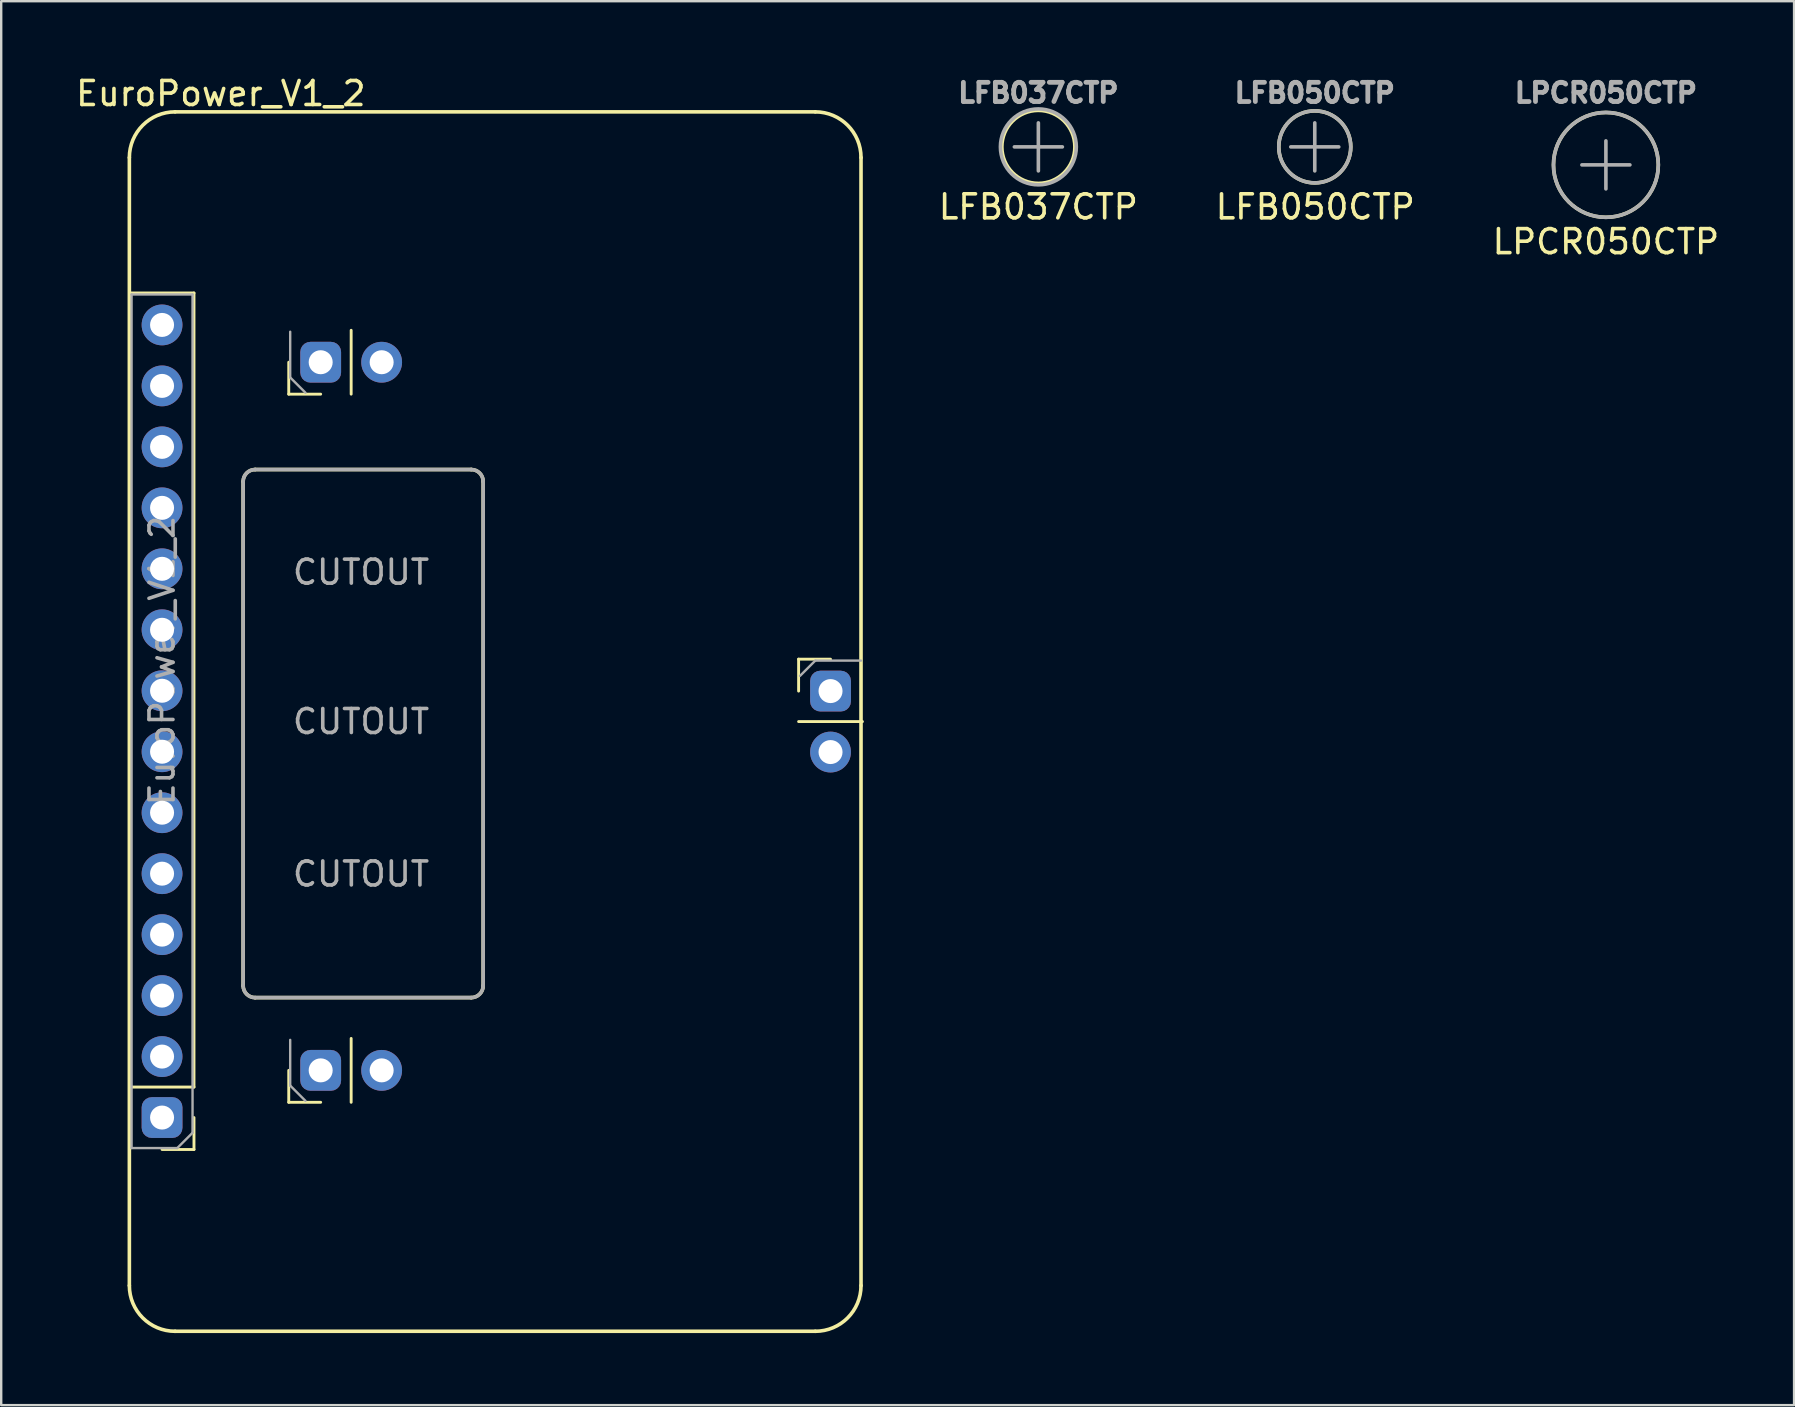
<source format=kicad_pcb>
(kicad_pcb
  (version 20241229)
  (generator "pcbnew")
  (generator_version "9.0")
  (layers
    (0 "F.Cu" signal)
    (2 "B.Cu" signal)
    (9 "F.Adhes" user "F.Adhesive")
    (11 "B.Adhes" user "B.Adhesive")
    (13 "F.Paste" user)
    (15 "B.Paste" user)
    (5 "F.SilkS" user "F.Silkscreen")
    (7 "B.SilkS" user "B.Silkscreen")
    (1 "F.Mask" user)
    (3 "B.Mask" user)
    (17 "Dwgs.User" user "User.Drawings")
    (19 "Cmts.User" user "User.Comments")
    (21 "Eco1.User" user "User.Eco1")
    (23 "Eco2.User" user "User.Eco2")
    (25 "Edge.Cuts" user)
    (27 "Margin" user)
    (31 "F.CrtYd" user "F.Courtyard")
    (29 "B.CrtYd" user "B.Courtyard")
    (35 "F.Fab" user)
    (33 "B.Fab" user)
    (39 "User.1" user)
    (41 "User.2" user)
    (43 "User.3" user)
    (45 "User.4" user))
  (footprint "LFB050CTP"
    (layer "F.Cu")
    (at 51.722 3.069)
    (property "Reference" "LFB050CTP" (at 0.02 2.5 0) (layer "F.SilkS") (effects (font (size 1 1) (thickness 0.15))))
    (attr exclude_from_pos_files exclude_from_bom)
    (fp_circle (center 0 0) (end 1.5 0) (stroke (width 0.15) (type solid)) (fill no) (layer "F.SilkS"))
    (fp_line (start -1 0) (end 1 0) (stroke (width 0.15) (type solid)) (layer "F.Fab"))
    (fp_line (start 0 -1) (end 0 1) (stroke (width 0.15) (type solid)) (layer "F.Fab"))
    (fp_circle (center 0 0) (end 1.5 0) (stroke (width 0.15) (type solid)) (fill no) (layer "F.Fab"))
    (fp_text user "${REFERENCE}" (at 0 -2.25 0) (layer "F.Fab") (effects (font (size 0.8 0.8) (thickness 0.2)))))
  (footprint "LFB037CTP"
    (layer "F.Cu")
    (at 40.207 3.069)
    (property "Reference" "LFB037CTP" (at 0 2.5 0) (layer "F.SilkS") (effects (font (size 1 1) (thickness 0.15))))
    (attr through_hole)
    (fp_circle (center 0 0) (end 1.5 -0.25) (stroke (width 0.15) (type solid)) (fill no) (layer "F.SilkS"))
    (fp_line (start -1 0) (end 1 0) (stroke (width 0.15) (type solid)) (layer "F.Fab"))
    (fp_line (start 0 -1) (end 0 1) (stroke (width 0.15) (type solid)) (layer "F.Fab"))
    (fp_circle (center 0 0) (end 1.5 -0.5) (stroke (width 0.15) (type solid)) (fill no) (layer "F.Fab"))
    (fp_text user "${REFERENCE}" (at 0 -2.25 0) (layer "F.Fab") (effects (font (size 0.8 0.8) (thickness 0.2)))))
  (footprint "LPCR050CTP"
    (layer "F.Cu")
    (at 63.85 3.819)
    (property "Reference" "LPCR050CTP" (at 0 3.2 0) (layer "F.SilkS") (effects (font (size 1 1) (thickness 0.15))))
    (attr exclude_from_pos_files exclude_from_bom)
    (fp_circle (center 0 0) (end 2.184 0) (stroke (width 0.15) (type solid)) (fill no) (layer "F.SilkS"))
    (fp_line (start -1 0) (end 1 0) (stroke (width 0.15) (type solid)) (layer "F.Fab"))
    (fp_line (start 0 -1) (end 0 1) (stroke (width 0.15) (type solid)) (layer "F.Fab"))
    (fp_circle (center 0 0) (end 2.184 0) (stroke (width 0.15) (type solid)) (fill no) (layer "F.Fab"))
    (fp_text user "${REFERENCE}" (at 0 -3 0) (layer "F.Fab") (effects (font (size 0.8 0.8) (thickness 0.2)))))
  (footprint "EuroPower_V1_2"
    (layer "F.Cu")
    (at 17.579 27.01)
    (property "Reference" "EuroPower_V1_2" (at -11.43 -26.162 0) (layer "F.SilkS") (effects (font (size 1 1) (thickness 0.15))))
    (attr through_hole)
    (fp_line (start -15.24 23.495) (end -15.24 -23.495) (stroke (width 0.15) (type solid)) (layer "F.SilkS"))
    (fp_line (start -15.208 15.226) (end -15.208 -17.854) (stroke (width 0.12) (type solid)) (layer "F.SilkS"))
    (fp_line (start -13.335 -25.4) (end 13.335 -25.4) (stroke (width 0.15) (type solid)) (layer "F.SilkS"))
    (fp_line (start -12.548 -17.854) (end -15.208 -17.854) (stroke (width 0.12) (type solid)) (layer "F.SilkS"))
    (fp_line (start -12.548 15.226) (end -15.208 15.226) (stroke (width 0.12) (type solid)) (layer "F.SilkS"))
    (fp_line (start -12.548 15.226) (end -12.548 -17.854) (stroke (width 0.12) (type solid)) (layer "F.SilkS"))
    (fp_line (start -12.548 16.496) (end -12.548 17.826) (stroke (width 0.12) (type solid)) (layer "F.SilkS"))
    (fp_line (start -12.548 17.826) (end -13.878 17.826) (stroke (width 0.12) (type solid)) (layer "F.SilkS"))
    (fp_line (start -10.5 11) (end -10.5 -10) (stroke (width 0.15) (type solid)) (layer "F.SilkS"))
    (fp_line (start -10 -10.5) (end -1 -10.5) (stroke (width 0.15) (type solid)) (layer "F.SilkS"))
    (fp_line (start -8.6 -13.64) (end -8.6 -14.97) (stroke (width 0.12) (type solid)) (layer "F.SilkS"))
    (fp_line (start -8.6 15.86) (end -8.6 14.53) (stroke (width 0.12) (type solid)) (layer "F.SilkS"))
    (fp_line (start -7.27 -13.64) (end -8.6 -13.64) (stroke (width 0.12) (type solid)) (layer "F.SilkS"))
    (fp_line (start -7.27 15.86) (end -8.6 15.86) (stroke (width 0.12) (type solid)) (layer "F.SilkS"))
    (fp_line (start -6 -13.64) (end -6 -16.3) (stroke (width 0.12) (type solid)) (layer "F.SilkS"))
    (fp_line (start -6 15.86) (end -6 13.2) (stroke (width 0.12) (type solid)) (layer "F.SilkS"))
    (fp_line (start -1 11.5) (end -10 11.5) (stroke (width 0.15) (type solid)) (layer "F.SilkS"))
    (fp_line (start -0.5 -10) (end -0.5 11) (stroke (width 0.15) (type solid)) (layer "F.SilkS"))
    (fp_line (start 12.64 -2.6) (end 13.97 -2.6) (stroke (width 0.12) (type solid)) (layer "F.SilkS"))
    (fp_line (start 12.64 -1.27) (end 12.64 -2.6) (stroke (width 0.12) (type solid)) (layer "F.SilkS"))
    (fp_line (start 12.64 0) (end 15.3 0) (stroke (width 0.12) (type solid)) (layer "F.SilkS"))
    (fp_line (start 13.335 25.4) (end -13.335 25.4) (stroke (width 0.15) (type solid)) (layer "F.SilkS"))
    (fp_line (start 15.24 -23.495) (end 15.24 23.495) (stroke (width 0.15) (type solid)) (layer "F.SilkS"))
    (fp_arc (start -15.24 -23.495) (mid -14.682038 -24.842038) (end -13.335 -25.4) (stroke (width 0.15) (type solid)) (layer "F.SilkS"))
    (fp_arc (start -13.335 25.4) (mid -14.682038 24.842038) (end -15.24 23.495) (stroke (width 0.15) (type solid)) (layer "F.SilkS"))
    (fp_arc (start -10.5 -10) (mid -10.353553 -10.353553) (end -10 -10.5) (stroke (width 0.15) (type solid)) (layer "F.SilkS"))
    (fp_arc (start -10 11.5) (mid -10.353553 11.353553) (end -10.5 11) (stroke (width 0.15) (type solid)) (layer "F.SilkS"))
    (fp_arc (start -1 -10.5) (mid -0.646447 -10.353553) (end -0.5 -10) (stroke (width 0.15) (type solid)) (layer "F.SilkS"))
    (fp_arc (start -0.5 11) (mid -0.646447 11.353553) (end -1 11.5) (stroke (width 0.15) (type solid)) (layer "F.SilkS"))
    (fp_arc (start 13.335 -25.4) (mid 14.682038 -24.842038) (end 15.24 -23.495) (stroke (width 0.15) (type solid)) (layer "F.SilkS"))
    (fp_arc (start 15.24 23.495) (mid 14.682038 24.842038) (end 13.335 25.4) (stroke (width 0.15) (type solid)) (layer "F.SilkS"))
    (fp_line (start -15.148 -17.794) (end -12.608 -17.794) (stroke (width 0.1) (type solid)) (layer "F.Fab"))
    (fp_line (start -15.148 17.766) (end -15.148 -17.794) (stroke (width 0.1) (type solid)) (layer "F.Fab"))
    (fp_line (start -13.243 17.766) (end -15.148 17.766) (stroke (width 0.1) (type solid)) (layer "F.Fab"))
    (fp_line (start -12.608 -17.794) (end -12.608 17.131) (stroke (width 0.1) (type solid)) (layer "F.Fab"))
    (fp_line (start -12.608 17.131) (end -13.243 17.766) (stroke (width 0.1) (type solid)) (layer "F.Fab"))
    (fp_line (start -10.5 -10) (end -10.5 11) (stroke (width 0.15) (type solid)) (layer "F.Fab"))
    (fp_line (start -10 11.5) (end -1 11.5) (stroke (width 0.15) (type solid)) (layer "F.Fab"))
    (fp_line (start -8.54 -14.335) (end -8.54 -16.24) (stroke (width 0.1) (type solid)) (layer "F.Fab"))
    (fp_line (start -8.54 15.165) (end -8.54 13.26) (stroke (width 0.1) (type solid)) (layer "F.Fab"))
    (fp_line (start -7.905 -13.7) (end -8.54 -14.335) (stroke (width 0.1) (type solid)) (layer "F.Fab"))
    (fp_line (start -7.905 15.8) (end -8.54 15.165) (stroke (width 0.1) (type solid)) (layer "F.Fab"))
    (fp_line (start -1 -10.5) (end -10 -10.5) (stroke (width 0.15) (type solid)) (layer "F.Fab"))
    (fp_line (start -0.5 11) (end -0.5 -10) (stroke (width 0.15) (type solid)) (layer "F.Fab"))
    (fp_line (start 12.7 -1.905) (end 13.335 -2.54) (stroke (width 0.1) (type solid)) (layer "F.Fab"))
    (fp_line (start 13.335 -2.54) (end 15.24 -2.54) (stroke (width 0.1) (type solid)) (layer "F.Fab"))
    (fp_arc (start -10.5 -10) (mid -10.353553 -10.353553) (end -10 -10.5) (stroke (width 0.15) (type solid)) (layer "F.Fab"))
    (fp_arc (start -10 11.5) (mid -10.353553 11.353553) (end -10.5 11) (stroke (width 0.15) (type solid)) (layer "F.Fab"))
    (fp_arc (start -1 -10.5) (mid -0.646447 -10.353553) (end -0.5 -10) (stroke (width 0.15) (type solid)) (layer "F.Fab"))
    (fp_arc (start -0.5 11) (mid -0.646447 11.353553) (end -1 11.5) (stroke (width 0.15) (type solid)) (layer "F.Fab"))
    (fp_text user "CUTOUT" (at -5.588 -6.223 0) (layer "F.Fab") (effects (font (size 1 1) (thickness 0.15))))
    (fp_text user "CUTOUT" (at -5.588 0 0) (layer "F.Fab") (effects (font (size 1 1) (thickness 0.15))))
    (fp_text user "${REFERENCE}" (at -13.878 -2.54 270) (layer "F.Fab") (effects (font (size 1 1) (thickness 0.15))))
    (fp_text user "CUTOUT" (at -5.588 6.35 0) (layer "F.Fab") (effects (font (size 1 1) (thickness 0.15))))
    (pad "1" thru_hole roundrect (at -13.878 16.496 180) (size 1.7 1.7) (drill 1) (layers "*.Cu" "*.Mask") (roundrect_rratio 0.25))
    (pad "2" thru_hole oval (at -13.878 13.956 180) (size 1.7 1.7) (drill 1) (layers "*.Cu" "*.Mask"))
    (pad "2" thru_hole roundrect (at -7.27 -14.97 90) (size 1.7 1.7) (drill 1) (layers "*.Cu" "*.Mask") (roundrect_rratio 0.25))
    (pad "2" thru_hole roundrect (at -7.27 14.53 90) (size 1.7 1.7) (drill 1) (layers "*.Cu" "*.Mask") (roundrect_rratio 0.25))
    (pad "2" thru_hole oval (at -4.73 -14.97 90) (size 1.7 1.7) (drill 1) (layers "*.Cu" "*.Mask"))
    (pad "2" thru_hole oval (at -4.73 14.53 90) (size 1.7 1.7) (drill 1) (layers "*.Cu" "*.Mask"))
    (pad "2" thru_hole roundrect (at 13.97 -1.27) (size 1.7 1.7) (drill 1) (layers "*.Cu" "*.Mask") (roundrect_rratio 0.25))
    (pad "2" thru_hole oval (at 13.97 1.27) (size 1.7 1.7) (drill 1) (layers "*.Cu" "*.Mask"))
    (pad "3" thru_hole oval (at -13.878 11.416 180) (size 1.7 1.7) (drill 1) (layers "*.Cu" "*.Mask"))
    (pad "4" thru_hole oval (at -13.878 8.876 180) (size 1.7 1.7) (drill 1) (layers "*.Cu" "*.Mask"))
    (pad "5" thru_hole oval (at -13.878 6.336 180) (size 1.7 1.7) (drill 1) (layers "*.Cu" "*.Mask"))
    (pad "6" thru_hole oval (at -13.878 3.796 180) (size 1.7 1.7) (drill 1) (layers "*.Cu" "*.Mask"))
    (pad "7" thru_hole oval (at -13.878 1.256 180) (size 1.7 1.7) (drill 1) (layers "*.Cu" "*.Mask"))
    (pad "8" thru_hole oval (at -13.878 -1.284 180) (size 1.7 1.7) (drill 1) (layers "*.Cu" "*.Mask"))
    (pad "9" thru_hole oval (at -13.878 -3.824 180) (size 1.7 1.7) (drill 1) (layers "*.Cu" "*.Mask"))
    (pad "10" thru_hole oval (at -13.878 -6.364 180) (size 1.7 1.7) (drill 1) (layers "*.Cu" "*.Mask"))
    (pad "11" thru_hole oval (at -13.878 -8.904 180) (size 1.7 1.7) (drill 1) (layers "*.Cu" "*.Mask"))
    (pad "12" thru_hole oval (at -13.878 -11.444 180) (size 1.7 1.7) (drill 1) (layers "*.Cu" "*.Mask"))
    (pad "13" thru_hole oval (at -13.878 -13.984 180) (size 1.7 1.7) (drill 1) (layers "*.Cu" "*.Mask"))
    (pad "14" thru_hole oval (at -13.878 -16.524 180) (size 1.7 1.7) (drill 1) (layers "*.Cu" "*.Mask")))
  (gr_rect
    (start -3 -3)
    (end 71.689 55.485)
    (stroke (width 0.1) (type default))
    (fill no)
    (layer "Edge.Cuts")))
</source>
